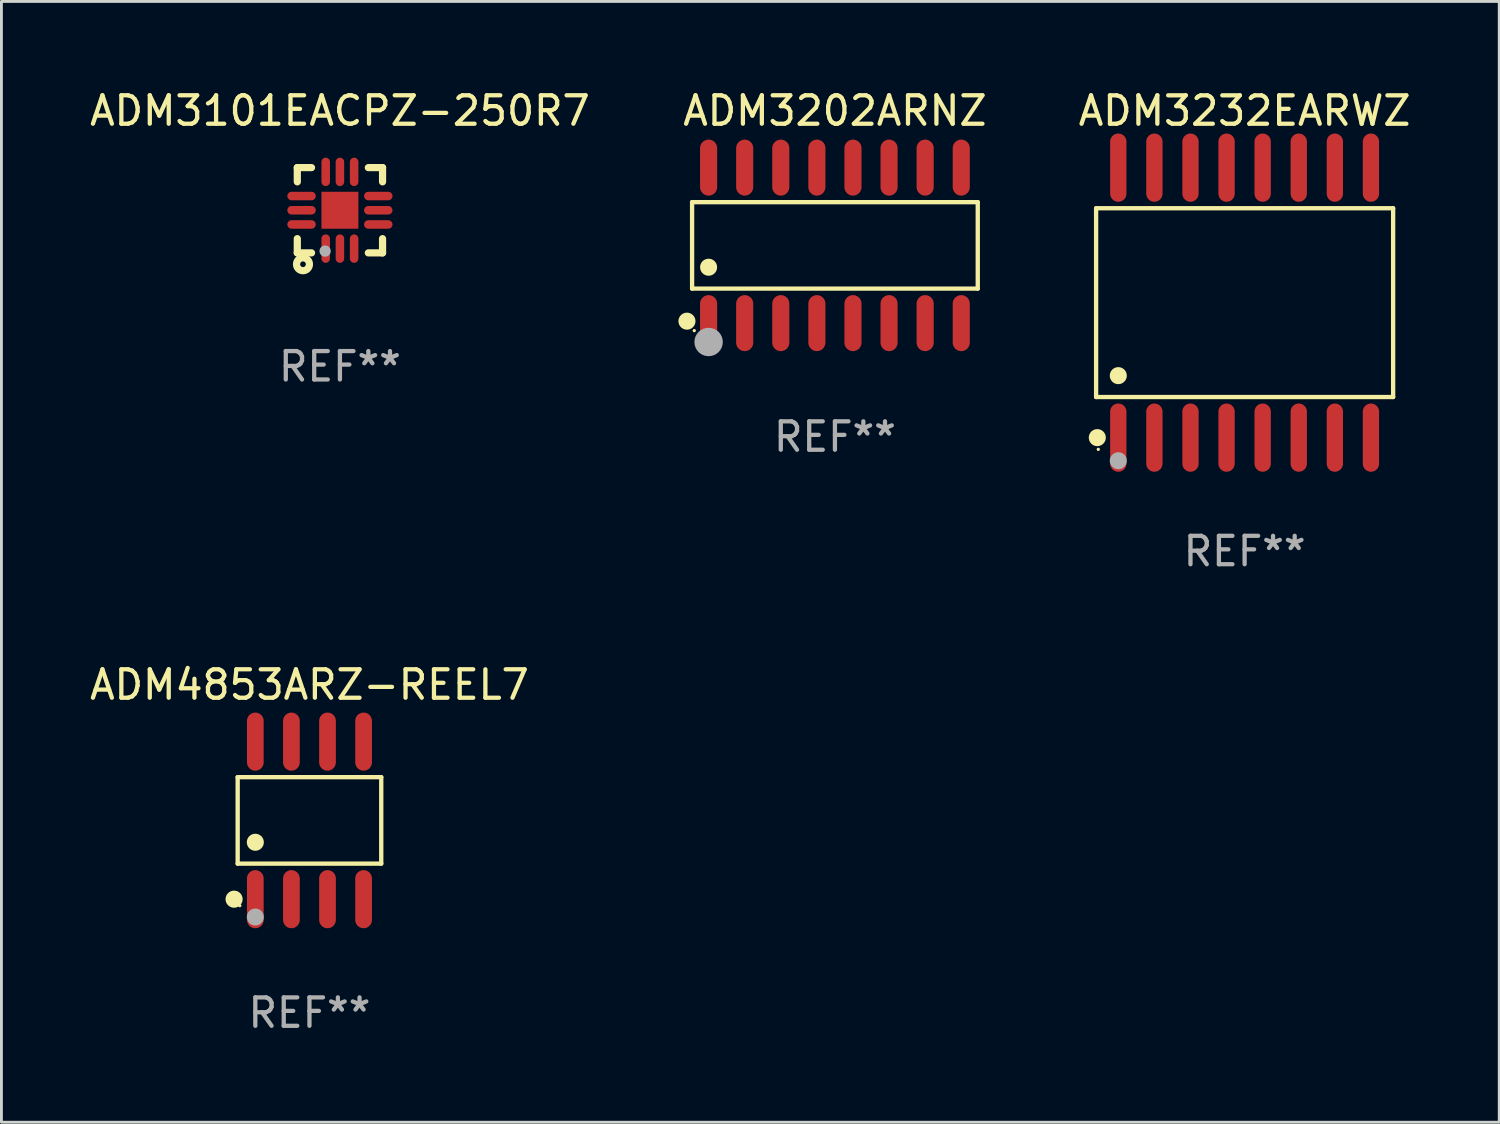
<source format=kicad_pcb>
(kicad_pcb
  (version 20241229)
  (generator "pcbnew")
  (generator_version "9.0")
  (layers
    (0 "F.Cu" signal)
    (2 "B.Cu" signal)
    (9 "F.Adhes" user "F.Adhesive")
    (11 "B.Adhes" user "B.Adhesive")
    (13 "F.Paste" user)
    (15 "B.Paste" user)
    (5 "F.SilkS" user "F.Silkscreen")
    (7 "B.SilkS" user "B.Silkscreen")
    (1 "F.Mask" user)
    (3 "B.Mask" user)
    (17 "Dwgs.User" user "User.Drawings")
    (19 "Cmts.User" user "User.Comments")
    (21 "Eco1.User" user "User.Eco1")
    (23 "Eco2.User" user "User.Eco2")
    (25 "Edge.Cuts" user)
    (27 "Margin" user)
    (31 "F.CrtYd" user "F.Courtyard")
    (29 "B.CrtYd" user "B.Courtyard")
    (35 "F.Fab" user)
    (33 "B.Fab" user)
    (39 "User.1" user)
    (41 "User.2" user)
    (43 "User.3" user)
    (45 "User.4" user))
  (footprint "ADM3232EARWZ"
    (layer "F.Cu")
    (at 40.745 7.599)
    (property "Reference" "ADM3232EARWZ" (at 0 -6.75 0) (layer "F.SilkS") (effects (font (size 1 1) (thickness 0.15))))
    (attr through_hole)
    (fp_line (start -5.226 -3.321) (end 5.226 -3.321) (stroke (width 0.152) (type solid)) (layer "F.SilkS"))
    (fp_line (start -5.226 3.321) (end -5.226 -3.321) (stroke (width 0.152) (type solid)) (layer "F.SilkS"))
    (fp_line (start 5.226 -3.321) (end 5.226 3.321) (stroke (width 0.152) (type solid)) (layer "F.SilkS"))
    (fp_line (start 5.226 3.321) (end -5.226 3.321) (stroke (width 0.152) (type solid)) (layer "F.SilkS"))
    (fp_circle (center -5.184 4.75) (end -5.034 4.75) (stroke (width 0.3) (type solid)) (fill no) (layer "F.SilkS"))
    (fp_circle (center -5.15 5.163) (end -5.12 5.163) (stroke (width 0.06) (type solid)) (fill no) (layer "F.SilkS"))
    (fp_circle (center -4.445 2.569) (end -4.295 2.569) (stroke (width 0.3) (type solid)) (fill no) (layer "F.SilkS"))
    (fp_circle (center -4.445 5.563) (end -4.295 5.563) (stroke (width 0.3) (type solid)) (fill no) (layer "F.Fab"))
    (fp_text user "REF**" (at 0 8.75 0) (layer "F.Fab") (effects (font (size 1 1) (thickness 0.15))))
    (pad "1" smd oval (at -4.445 4.75) (size 0.574 2.401) (layers "F.Cu" "F.Mask" "F.Paste"))
    (pad "2" smd oval (at -3.175 4.75) (size 0.574 2.401) (layers "F.Cu" "F.Mask" "F.Paste"))
    (pad "3" smd oval (at -1.905 4.75) (size 0.574 2.401) (layers "F.Cu" "F.Mask" "F.Paste"))
    (pad "4" smd oval (at -0.635 4.75) (size 0.574 2.401) (layers "F.Cu" "F.Mask" "F.Paste"))
    (pad "5" smd oval (at 0.635 4.75) (size 0.574 2.401) (layers "F.Cu" "F.Mask" "F.Paste"))
    (pad "6" smd oval (at 1.905 4.75) (size 0.574 2.401) (layers "F.Cu" "F.Mask" "F.Paste"))
    (pad "7" smd oval (at 3.175 4.75) (size 0.574 2.401) (layers "F.Cu" "F.Mask" "F.Paste"))
    (pad "8" smd oval (at 4.445 4.75) (size 0.574 2.401) (layers "F.Cu" "F.Mask" "F.Paste"))
    (pad "9" smd oval (at 4.445 -4.75) (size 0.574 2.401) (layers "F.Cu" "F.Mask" "F.Paste"))
    (pad "10" smd oval (at 3.175 -4.75) (size 0.574 2.401) (layers "F.Cu" "F.Mask" "F.Paste"))
    (pad "11" smd oval (at 1.905 -4.75) (size 0.574 2.401) (layers "F.Cu" "F.Mask" "F.Paste"))
    (pad "12" smd oval (at 0.635 -4.75) (size 0.574 2.401) (layers "F.Cu" "F.Mask" "F.Paste"))
    (pad "13" smd oval (at -0.635 -4.75) (size 0.574 2.401) (layers "F.Cu" "F.Mask" "F.Paste"))
    (pad "14" smd oval (at -1.905 -4.75) (size 0.574 2.401) (layers "F.Cu" "F.Mask" "F.Paste"))
    (pad "15" smd oval (at -3.175 -4.75) (size 0.574 2.401) (layers "F.Cu" "F.Mask" "F.Paste"))
    (pad "16" smd oval (at -4.445 -4.75) (size 0.574 2.401) (layers "F.Cu" "F.Mask" "F.Paste")))
  (footprint "ADM3101EACPZ-250R7"
    (layer "F.Cu")
    (at 8.911 4.348)
    (property "Reference" "ADM3101EACPZ-250R7" (at 0 -3.5 0) (layer "F.SilkS") (effects (font (size 1 1) (thickness 0.15))))
    (attr through_hole)
    (fp_line (start -1.5 -1.5) (end -1.5 -1) (stroke (width 0.254) (type solid)) (layer "F.SilkS"))
    (fp_line (start -1.5 -1.5) (end -1 -1.5) (stroke (width 0.254) (type solid)) (layer "F.SilkS"))
    (fp_line (start -1.5 1.5) (end -1.5 1) (stroke (width 0.254) (type solid)) (layer "F.SilkS"))
    (fp_line (start -1.5 1.5) (end -1 1.5) (stroke (width 0.254) (type solid)) (layer "F.SilkS"))
    (fp_line (start 1.5 -1.5) (end 1 -1.5) (stroke (width 0.254) (type solid)) (layer "F.SilkS"))
    (fp_line (start 1.5 -1.5) (end 1.5 -1) (stroke (width 0.254) (type solid)) (layer "F.SilkS"))
    (fp_line (start 1.5 1.5) (end 1 1.5) (stroke (width 0.254) (type solid)) (layer "F.SilkS"))
    (fp_line (start 1.5 1.5) (end 1.5 1) (stroke (width 0.254) (type solid)) (layer "F.SilkS"))
    (fp_circle (center -1.5 1.5) (end -1.47 1.5) (stroke (width 0.06) (type solid)) (fill no) (layer "F.SilkS"))
    (fp_circle (center -1.3 1.9) (end -1.2 1.9) (stroke (width 0.254) (type solid)) (fill no) (layer "F.SilkS"))
    (fp_circle (center -0.521 1.437) (end -0.421 1.437) (stroke (width 0.2) (type solid)) (fill no) (layer "F.Fab"))
    (fp_text user "REF**" (at 0 5.5 0) (layer "F.Fab") (effects (font (size 1 1) (thickness 0.15))))
    (pad "1" smd oval (at -0.5 1.35 180) (size 0.3 1) (layers "F.Cu" "F.Mask" "F.Paste"))
    (pad "2" smd oval (at -0.000064 1.35 180) (size 0.3 1) (layers "F.Cu" "F.Mask" "F.Paste"))
    (pad "3" smd oval (at 0.5 1.35 180) (size 0.3 1) (layers "F.Cu" "F.Mask" "F.Paste"))
    (pad "4" smd oval (at 1.35 0.5) (size 1 0.3) (layers "F.Cu" "F.Mask" "F.Paste"))
    (pad "5" smd oval (at 1.35 0.000038) (size 1 0.3) (layers "F.Cu" "F.Mask" "F.Paste"))
    (pad "6" smd oval (at 1.35 -0.5) (size 1 0.3) (layers "F.Cu" "F.Mask" "F.Paste"))
    (pad "7" smd oval (at 0.5 -1.35 180) (size 0.3 1) (layers "F.Cu" "F.Mask" "F.Paste"))
    (pad "8" smd oval (at -0.000064 -1.35 180) (size 0.3 1) (layers "F.Cu" "F.Mask" "F.Paste"))
    (pad "9" smd oval (at -0.5 -1.35 180) (size 0.3 1) (layers "F.Cu" "F.Mask" "F.Paste"))
    (pad "10" smd oval (at -1.35 -0.5) (size 1 0.3) (layers "F.Cu" "F.Mask" "F.Paste"))
    (pad "11" smd oval (at -1.35 0.000038) (size 1 0.3) (layers "F.Cu" "F.Mask" "F.Paste"))
    (pad "12" smd oval (at -1.35 0.5) (size 1 0.3) (layers "F.Cu" "F.Mask" "F.Paste"))
    (pad "13" smd rect (at -0.000064 0.000038 90) (size 1.3 1.3) (layers "F.Cu" "F.Mask" "F.Paste")))
  (footprint "ADM3202ARNZ"
    (layer "F.Cu")
    (at 26.329 5.584)
    (property "Reference" "ADM3202ARNZ" (at 0 -4.736 0) (layer "F.SilkS") (effects (font (size 1 1) (thickness 0.15))))
    (attr through_hole)
    (fp_line (start -5.026 -1.521) (end 5.026 -1.521) (stroke (width 0.152) (type solid)) (layer "F.SilkS"))
    (fp_line (start -5.026 1.521) (end -5.026 -1.521) (stroke (width 0.152) (type solid)) (layer "F.SilkS"))
    (fp_line (start 5.026 -1.521) (end 5.026 1.521) (stroke (width 0.152) (type solid)) (layer "F.SilkS"))
    (fp_line (start 5.026 1.521) (end -5.026 1.521) (stroke (width 0.152) (type solid)) (layer "F.SilkS"))
    (fp_circle (center -5.207 2.667) (end -5.057 2.667) (stroke (width 0.3) (type solid)) (fill no) (layer "F.SilkS"))
    (fp_circle (center -4.95 3) (end -4.92 3) (stroke (width 0.06) (type solid)) (fill no) (layer "F.SilkS"))
    (fp_circle (center -4.445 0.769) (end -4.295 0.769) (stroke (width 0.3) (type solid)) (fill no) (layer "F.SilkS"))
    (fp_circle (center -4.445 3.4) (end -4.195 3.4) (stroke (width 0.5) (type solid)) (fill no) (layer "F.Fab"))
    (fp_text user "REF**" (at 0 6.736 0) (layer "F.Fab") (effects (font (size 1 1) (thickness 0.15))))
    (pad "1" smd oval (at -4.445 2.736) (size 0.602 1.971) (layers "F.Cu" "F.Mask" "F.Paste"))
    (pad "2" smd oval (at -3.175 2.736) (size 0.602 1.971) (layers "F.Cu" "F.Mask" "F.Paste"))
    (pad "3" smd oval (at -1.905 2.736) (size 0.602 1.971) (layers "F.Cu" "F.Mask" "F.Paste"))
    (pad "4" smd oval (at -0.635 2.736) (size 0.602 1.971) (layers "F.Cu" "F.Mask" "F.Paste"))
    (pad "5" smd oval (at 0.635 2.736) (size 0.602 1.971) (layers "F.Cu" "F.Mask" "F.Paste"))
    (pad "6" smd oval (at 1.905 2.736) (size 0.602 1.971) (layers "F.Cu" "F.Mask" "F.Paste"))
    (pad "7" smd oval (at 3.175 2.736) (size 0.602 1.971) (layers "F.Cu" "F.Mask" "F.Paste"))
    (pad "8" smd oval (at 4.445 2.736) (size 0.602 1.971) (layers "F.Cu" "F.Mask" "F.Paste"))
    (pad "9" smd oval (at 4.445 -2.736) (size 0.602 1.971) (layers "F.Cu" "F.Mask" "F.Paste"))
    (pad "10" smd oval (at 3.175 -2.736) (size 0.602 1.971) (layers "F.Cu" "F.Mask" "F.Paste"))
    (pad "11" smd oval (at 1.905 -2.736) (size 0.602 1.971) (layers "F.Cu" "F.Mask" "F.Paste"))
    (pad "12" smd oval (at 0.635 -2.736) (size 0.602 1.971) (layers "F.Cu" "F.Mask" "F.Paste"))
    (pad "13" smd oval (at -0.635 -2.736) (size 0.602 1.971) (layers "F.Cu" "F.Mask" "F.Paste"))
    (pad "14" smd oval (at -1.905 -2.736) (size 0.602 1.971) (layers "F.Cu" "F.Mask" "F.Paste"))
    (pad "15" smd oval (at -3.175 -2.736) (size 0.602 1.971) (layers "F.Cu" "F.Mask" "F.Paste"))
    (pad "16" smd oval (at -4.445 -2.736) (size 0.602 1.971) (layers "F.Cu" "F.Mask" "F.Paste")))
  (footprint "ADM4853ARZ-REEL7"
    (layer "F.Cu")
    (at 7.839 25.818)
    (property "Reference" "ADM4853ARZ-REEL7" (at 0 -4.772 0) (layer "F.SilkS") (effects (font (size 1 1) (thickness 0.15))))
    (attr through_hole)
    (fp_line (start -2.526 -1.521) (end 2.526 -1.521) (stroke (width 0.152) (type solid)) (layer "F.SilkS"))
    (fp_line (start -2.526 1.521) (end -2.526 -1.521) (stroke (width 0.152) (type solid)) (layer "F.SilkS"))
    (fp_line (start 2.526 -1.521) (end 2.526 1.521) (stroke (width 0.152) (type solid)) (layer "F.SilkS"))
    (fp_line (start 2.526 1.521) (end -2.526 1.521) (stroke (width 0.152) (type solid)) (layer "F.SilkS"))
    (fp_circle (center -2.652 2.772) (end -2.501 2.772) (stroke (width 0.3) (type solid)) (fill no) (layer "F.SilkS"))
    (fp_circle (center -2.45 3) (end -2.42 3) (stroke (width 0.06) (type solid)) (fill no) (layer "F.SilkS"))
    (fp_circle (center -1.905 0.769) (end -1.755 0.769) (stroke (width 0.3) (type solid)) (fill no) (layer "F.SilkS"))
    (fp_circle (center -1.905 3.4) (end -1.755 3.4) (stroke (width 0.3) (type solid)) (fill no) (layer "F.Fab"))
    (fp_text user "REF**" (at 0 6.772 0) (layer "F.Fab") (effects (font (size 1 1) (thickness 0.15))))
    (pad "1" smd oval (at -1.905 2.772) (size 0.588 2.045) (layers "F.Cu" "F.Mask" "F.Paste"))
    (pad "2" smd oval (at -0.635 2.772) (size 0.588 2.045) (layers "F.Cu" "F.Mask" "F.Paste"))
    (pad "3" smd oval (at 0.635 2.772) (size 0.588 2.045) (layers "F.Cu" "F.Mask" "F.Paste"))
    (pad "4" smd oval (at 1.905 2.772) (size 0.588 2.045) (layers "F.Cu" "F.Mask" "F.Paste"))
    (pad "5" smd oval (at 1.905 -2.772) (size 0.588 2.045) (layers "F.Cu" "F.Mask" "F.Paste"))
    (pad "6" smd oval (at 0.635 -2.772) (size 0.588 2.045) (layers "F.Cu" "F.Mask" "F.Paste"))
    (pad "7" smd oval (at -0.635 -2.772) (size 0.588 2.045) (layers "F.Cu" "F.Mask" "F.Paste"))
    (pad "8" smd oval (at -1.905 -2.772) (size 0.588 2.045) (layers "F.Cu" "F.Mask" "F.Paste")))
  (gr_rect
    (start -3 -3)
    (end 49.704 36.438)
    (stroke (width 0.1) (type default))
    (fill no)
    (layer "Edge.Cuts")))
</source>
